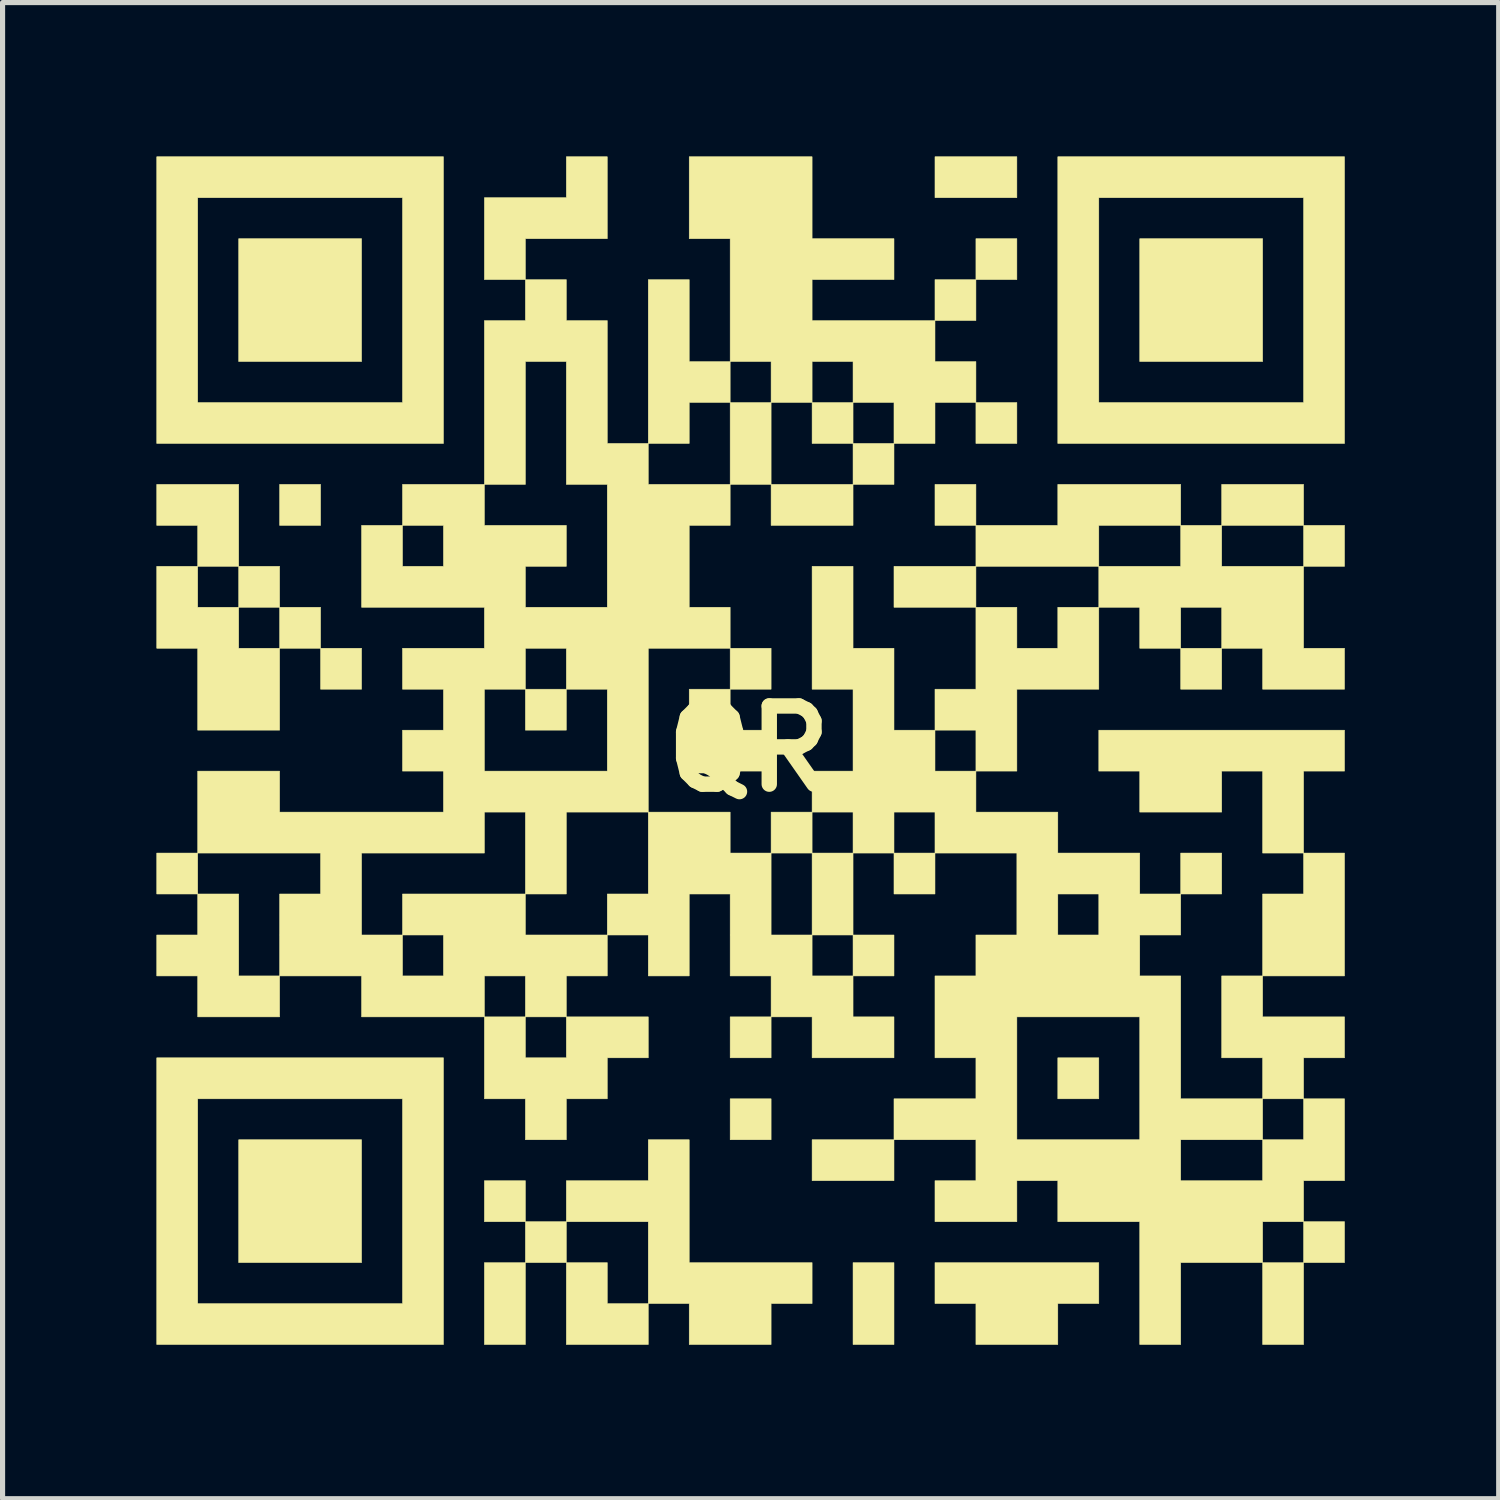
<source format=kicad_pcb>
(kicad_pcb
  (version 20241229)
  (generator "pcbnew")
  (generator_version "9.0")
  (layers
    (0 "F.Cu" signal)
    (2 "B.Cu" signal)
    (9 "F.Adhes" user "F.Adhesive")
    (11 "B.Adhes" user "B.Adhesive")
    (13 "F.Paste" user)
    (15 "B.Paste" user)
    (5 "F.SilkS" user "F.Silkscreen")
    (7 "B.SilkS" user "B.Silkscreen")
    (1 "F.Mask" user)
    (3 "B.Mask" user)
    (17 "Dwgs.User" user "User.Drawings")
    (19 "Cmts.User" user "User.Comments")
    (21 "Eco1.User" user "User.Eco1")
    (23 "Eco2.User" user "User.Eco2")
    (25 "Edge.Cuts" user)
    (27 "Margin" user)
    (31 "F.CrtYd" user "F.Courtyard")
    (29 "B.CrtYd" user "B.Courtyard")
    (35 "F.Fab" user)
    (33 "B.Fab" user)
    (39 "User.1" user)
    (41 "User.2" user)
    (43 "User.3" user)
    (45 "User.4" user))
  (footprint "QR"
    (layer "F.Cu")
    (at 11.544 11.544)
    (property "Reference" "QR" (at 0 0 0) (layer "F.SilkS") (effects (font (size 1.524 1.524) (thickness 0.3))))
    (attr through_hole)
    (fp_poly (pts (xy -9.942 -2.758) (xy -9.942 -3.556) (xy -9.144 -3.556) (xy -9.144 -2.758) (xy -9.942 -2.758)) (stroke (width 0.01) (type solid)) (fill yes) (layer "F.SilkS"))
    (fp_poly (pts (xy -8.346 -4.354) (xy -9.144 -4.354) (xy -9.144 -5.153) (xy -8.346 -5.153) (xy -8.346 -4.354)) (stroke (width 0.01) (type solid)) (fill yes) (layer "F.SilkS"))
    (fp_poly (pts (xy -8.346 -2.758) (xy -8.346 -1.959) (xy -9.144 -1.959) (xy -9.144 -2.758) (xy -8.346 -2.758)) (stroke (width 0.01) (type solid)) (fill yes) (layer "F.SilkS"))
    (fp_poly (pts (xy -7.547 -7.547) (xy -9.942 -7.547) (xy -9.942 -9.942) (xy -7.547 -9.942) (xy -7.547 -7.547)) (stroke (width 0.01) (type solid)) (fill yes) (layer "F.SilkS"))
    (fp_poly (pts (xy -7.547 -1.161) (xy -8.346 -1.161) (xy -8.346 -1.959) (xy -7.547 -1.959) (xy -7.547 -1.161)) (stroke (width 0.01) (type solid)) (fill yes) (layer "F.SilkS"))
    (fp_poly (pts (xy -7.547 10.015) (xy -9.942 10.015) (xy -9.942 7.62) (xy -7.547 7.62) (xy -7.547 10.015)) (stroke (width 0.01) (type solid)) (fill yes) (layer "F.SilkS"))
    (fp_poly (pts (xy -5.153 9.217) (xy -5.153 8.418) (xy -4.354 8.418) (xy -4.354 9.217) (xy -5.153 9.217)) (stroke (width 0.01) (type solid)) (fill yes) (layer "F.SilkS"))
    (fp_poly (pts (xy -4.354 9.217) (xy -3.556 9.217) (xy -3.556 10.015) (xy -4.354 10.015) (xy -4.354 9.217)) (stroke (width 0.01) (type solid)) (fill yes) (layer "F.SilkS"))
    (fp_poly (pts (xy -4.354 11.611) (xy -5.153 11.611) (xy -5.153 10.015) (xy -4.354 10.015) (xy -4.354 11.611)) (stroke (width 0.01) (type solid)) (fill yes) (layer "F.SilkS"))
    (fp_poly (pts (xy -3.556 -0.363) (xy -4.354 -0.363) (xy -4.354 -1.161) (xy -3.556 -1.161) (xy -3.556 -0.363)) (stroke (width 0.01) (type solid)) (fill yes) (layer "F.SilkS"))
    (fp_poly (pts (xy -0.363 -1.959) (xy 0.435 -1.959) (xy 0.435 -1.161) (xy -0.363 -1.161) (xy -0.363 -1.959)) (stroke (width 0.01) (type solid)) (fill yes) (layer "F.SilkS"))
    (fp_poly (pts (xy 0.435 6.023) (xy -0.363 6.023) (xy -0.363 5.225) (xy 0.435 5.225) (xy 0.435 6.023)) (stroke (width 0.01) (type solid)) (fill yes) (layer "F.SilkS"))
    (fp_poly (pts (xy 0.435 7.62) (xy -0.363 7.62) (xy -0.363 6.822) (xy 0.435 6.822) (xy 0.435 7.62)) (stroke (width 0.01) (type solid)) (fill yes) (layer "F.SilkS"))
    (fp_poly (pts (xy 2.032 -5.951) (xy 1.234 -5.951) (xy 1.234 -6.749) (xy 2.032 -6.749) (xy 2.032 -5.951)) (stroke (width 0.01) (type solid)) (fill yes) (layer "F.SilkS"))
    (fp_poly (pts (xy 2.83 8.418) (xy 1.234 8.418) (xy 1.234 7.62) (xy 2.83 7.62) (xy 2.83 8.418)) (stroke (width 0.01) (type solid)) (fill yes) (layer "F.SilkS"))
    (fp_poly (pts (xy 2.83 11.611) (xy 2.032 11.611) (xy 2.032 10.015) (xy 2.83 10.015) (xy 2.83 11.611)) (stroke (width 0.01) (type solid)) (fill yes) (layer "F.SilkS"))
    (fp_poly (pts (xy 3.629 -4.354) (xy 3.629 -5.153) (xy 4.427 -5.153) (xy 4.427 -4.354) (xy 3.629 -4.354)) (stroke (width 0.01) (type solid)) (fill yes) (layer "F.SilkS"))
    (fp_poly (pts (xy 4.427 -9.942) (xy 5.225 -9.942) (xy 5.225 -9.144) (xy 4.427 -9.144) (xy 4.427 -9.942)) (stroke (width 0.01) (type solid)) (fill yes) (layer "F.SilkS"))
    (fp_poly (pts (xy 4.427 -8.346) (xy 3.629 -8.346) (xy 3.629 -9.144) (xy 4.427 -9.144) (xy 4.427 -8.346)) (stroke (width 0.01) (type solid)) (fill yes) (layer "F.SilkS"))
    (fp_poly (pts (xy 5.225 -10.741) (xy 3.629 -10.741) (xy 3.629 -11.539) (xy 5.225 -11.539) (xy 5.225 -10.741)) (stroke (width 0.01) (type solid)) (fill yes) (layer "F.SilkS"))
    (fp_poly (pts (xy 5.225 -5.951) (xy 4.427 -5.951) (xy 4.427 -6.749) (xy 5.225 -6.749) (xy 5.225 -5.951)) (stroke (width 0.01) (type solid)) (fill yes) (layer "F.SilkS"))
    (fp_poly (pts (xy 6.822 6.822) (xy 6.023 6.822) (xy 6.023 6.023) (xy 6.822 6.023) (xy 6.822 6.822)) (stroke (width 0.01) (type solid)) (fill yes) (layer "F.SilkS"))
    (fp_poly (pts (xy 8.418 2.032) (xy 9.217 2.032) (xy 9.217 2.83) (xy 8.418 2.83) (xy 8.418 2.032)) (stroke (width 0.01) (type solid)) (fill yes) (layer "F.SilkS"))
    (fp_poly (pts (xy 9.217 -5.153) (xy 10.813 -5.153) (xy 10.813 -4.354) (xy 9.217 -4.354) (xy 9.217 -5.153)) (stroke (width 0.01) (type solid)) (fill yes) (layer "F.SilkS"))
    (fp_poly (pts (xy 10.015 -7.547) (xy 7.62 -7.547) (xy 7.62 -9.942) (xy 10.015 -9.942) (xy 10.015 -7.547)) (stroke (width 0.01) (type solid)) (fill yes) (layer "F.SilkS"))
    (fp_poly (pts (xy 10.813 -4.354) (xy 11.611 -4.354) (xy 11.611 -3.556) (xy 10.813 -3.556) (xy 10.813 -4.354)) (stroke (width 0.01) (type solid)) (fill yes) (layer "F.SilkS"))
    (fp_poly (pts (xy 10.813 9.217) (xy 11.611 9.217) (xy 11.611 10.015) (xy 10.813 10.015) (xy 10.813 9.217)) (stroke (width 0.01) (type solid)) (fill yes) (layer "F.SilkS"))
    (fp_poly (pts (xy 10.813 11.611) (xy 10.015 11.611) (xy 10.015 10.015) (xy 10.813 10.015) (xy 10.813 11.611)) (stroke (width 0.01) (type solid)) (fill yes) (layer "F.SilkS"))
    (fp_poly (pts (xy -10.741 -4.354) (xy -11.539 -4.354) (xy -11.539 -5.153) (xy -9.942 -5.153) (xy -9.942 -3.556) (xy -10.741 -3.556) (xy -10.741 -4.354)) (stroke (width 0.01) (type solid)) (fill yes) (layer "F.SilkS"))
    (fp_poly (pts (xy -1.959 11.611) (xy -3.556 11.611) (xy -3.556 10.015) (xy -2.758 10.015) (xy -2.758 10.813) (xy -1.959 10.813) (xy -1.959 11.611)) (stroke (width 0.01) (type solid)) (fill yes) (layer "F.SilkS"))
    (fp_poly (pts (xy -0.363 -0.363) (xy 0.435 -0.363) (xy 0.435 0.435) (xy -1.161 0.435) (xy -1.161 -1.161) (xy -0.363 -1.161) (xy -0.363 -0.363)) (stroke (width 0.01) (type solid)) (fill yes) (layer "F.SilkS"))
    (fp_poly (pts (xy 11.611 2.032) (xy 11.611 4.427) (xy 10.015 4.427) (xy 10.015 2.83) (xy 10.813 2.83) (xy 10.813 2.032) (xy 11.611 2.032)) (stroke (width 0.01) (type solid)) (fill yes) (layer "F.SilkS"))
    (fp_poly (pts (xy -5.153 -9.144) (xy -5.153 -10.741) (xy -3.556 -10.741) (xy -3.556 -11.539) (xy -2.758 -11.539) (xy -2.758 -9.942) (xy -4.354 -9.942) (xy -4.354 -9.144) (xy -5.153 -9.144)) (stroke (width 0.01) (type solid)) (fill yes) (layer "F.SilkS"))
    (fp_poly (pts (xy 6.822 10.813) (xy 6.023 10.813) (xy 6.023 11.611) (xy 4.427 11.611) (xy 4.427 10.813) (xy 3.629 10.813) (xy 3.629 10.015) (xy 6.822 10.015) (xy 6.822 10.813)) (stroke (width 0.01) (type solid)) (fill yes) (layer "F.SilkS"))
    (fp_poly (pts (xy -9.144 -0.363) (xy -10.741 -0.363) (xy -10.741 -1.959) (xy -11.539 -1.959) (xy -11.539 -3.556) (xy -10.741 -3.556) (xy -10.741 -2.758) (xy -9.942 -2.758) (xy -9.942 -1.959) (xy -9.144 -1.959) (xy -9.144 -0.363)) (stroke (width 0.01) (type solid)) (fill yes) (layer "F.SilkS"))
    (fp_poly (pts (xy -5.951 -5.951) (xy -11.539 -5.951) (xy -11.539 -10.741) (xy -10.741 -10.741) (xy -10.741 -6.749) (xy -6.749 -6.749) (xy -6.749 -10.741) (xy -10.741 -10.741) (xy -11.539 -10.741) (xy -11.539 -11.539) (xy -5.951 -11.539) (xy -5.951 -5.951)) (stroke (width 0.01) (type solid)) (fill yes) (layer "F.SilkS"))
    (fp_poly (pts (xy -5.951 11.611) (xy -11.539 11.611) (xy -11.539 6.822) (xy -10.741 6.822) (xy -10.741 10.813) (xy -6.749 10.813) (xy -6.749 6.822) (xy -10.741 6.822) (xy -11.539 6.822) (xy -11.539 6.023) (xy -5.951 6.023) (xy -5.951 11.611)) (stroke (width 0.01) (type solid)) (fill yes) (layer "F.SilkS"))
    (fp_poly (pts (xy 11.611 -5.951) (xy 6.023 -5.951) (xy 6.023 -10.741) (xy 6.822 -10.741) (xy 6.822 -6.749) (xy 10.813 -6.749) (xy 10.813 -10.741) (xy 6.822 -10.741) (xy 6.023 -10.741) (xy 6.023 -11.539) (xy 11.611 -11.539) (xy 11.611 -5.951)) (stroke (width 0.01) (type solid)) (fill yes) (layer "F.SilkS"))
    (fp_poly (pts (xy 10.015 2.032) (xy 10.015 0.435) (xy 9.217 0.435) (xy 9.217 1.234) (xy 7.62 1.234) (xy 7.62 0.435) (xy 6.822 0.435) (xy 6.822 -0.363) (xy 11.611 -0.363) (xy 11.611 0.435) (xy 10.813 0.435) (xy 10.813 2.032) (xy 10.015 2.032)) (stroke (width 0.01) (type solid)) (fill yes) (layer "F.SilkS"))
    (fp_poly (pts (xy -1.959 9.217) (xy -3.556 9.217) (xy -3.556 8.418) (xy -1.959 8.418) (xy -1.959 7.62) (xy -1.161 7.62) (xy -1.161 10.015) (xy 1.234 10.015) (xy 1.234 10.813) (xy 0.435 10.813) (xy 0.435 11.611) (xy -1.161 11.611) (xy -1.161 10.813) (xy -1.959 10.813) (xy -1.959 9.217)) (stroke (width 0.01) (type solid)) (fill yes) (layer "F.SilkS"))
    (fp_poly (pts (xy 3.629 -7.547) (xy 4.427 -7.547) (xy 4.427 -6.749) (xy 3.629 -6.749) (xy 3.629 -5.951) (xy 2.83 -5.951) (xy 2.83 -5.153) (xy 2.032 -5.153) (xy 2.032 -4.354) (xy 0.435 -4.354) (xy 0.435 -5.153) (xy 2.032 -5.153) (xy 2.032 -5.951) (xy 2.83 -5.951) (xy 2.83 -6.749) (xy 2.032 -6.749) (xy 2.032 -7.547) (xy 1.234 -7.547) (xy 1.234 -6.749) (xy 0.435 -6.749) (xy 0.435 -5.153) (xy -0.363 -5.153) (xy -0.363 -4.354) (xy -1.161 -4.354) (xy -1.161 -2.758) (xy -0.363 -2.758) (xy -0.363 -1.959) (xy -1.959 -1.959) (xy -1.959 1.234) (xy -3.556 1.234) (xy -3.556 2.83) (xy -4.354 2.83) (xy -4.354 3.629) (xy -2.758 3.629) (xy -2.758 4.427) (xy -3.556 4.427) (xy -3.556 5.225) (xy -1.959 5.225) (xy -1.959 6.023) (xy -2.758 6.023) (xy -2.758 6.822) (xy -3.556 6.822) (xy -3.556 7.62) (xy -4.354 7.62) (xy -4.354 6.822) (xy -5.153 6.822) (xy -5.153 6.023) (xy -4.354 6.023) (xy -3.556 6.023) (xy -3.556 5.225) (xy -4.354 5.225) (xy -4.354 6.023) (xy -5.153 6.023) (xy -5.153 5.225) (xy -7.547 5.225) (xy -7.547 4.427) (xy -6.749 4.427) (xy -5.951 4.427) (xy -5.153 4.427) (xy -5.153 5.225) (xy -4.354 5.225) (xy -4.354 4.427) (xy -5.153 4.427) (xy -5.951 4.427) (xy -5.951 3.629) (xy -6.749 3.629) (xy -6.749 4.427) (xy -7.547 4.427) (xy -9.144 4.427) (xy -9.144 5.225) (xy -10.741 5.225) (xy -10.741 4.427) (xy -11.539 4.427) (xy -11.539 3.629) (xy -10.741 3.629) (xy -10.741 2.83) (xy -11.539 2.83) (xy -11.539 2.032) (xy -10.741 2.032) (xy -10.741 2.83) (xy -9.942 2.83) (xy -9.942 4.427) (xy -9.144 4.427) (xy -9.144 2.83) (xy -8.346 2.83) (xy -8.346 2.032) (xy -7.547 2.032) (xy -7.547 3.629) (xy -6.749 3.629) (xy -6.749 2.83) (xy -4.354 2.83) (xy -4.354 1.234) (xy -5.153 1.234) (xy -5.153 2.032) (xy -7.547 2.032) (xy -8.346 2.032) (xy -10.741 2.032) (xy -10.741 0.435) (xy -9.144 0.435) (xy -9.144 1.234) (xy -5.951 1.234) (xy -5.951 0.435) (xy -6.749 0.435) (xy -6.749 -0.363) (xy -5.951 -0.363) (xy -5.951 -1.161) (xy -5.153 -1.161) (xy -5.153 0.435) (xy -2.758 0.435) (xy -2.758 -1.161) (xy -3.556 -1.161) (xy -3.556 -1.959) (xy -4.354 -1.959) (xy -4.354 -1.161) (xy -5.153 -1.161) (xy -5.951 -1.161) (xy -6.749 -1.161) (xy -6.749 -1.959) (xy -5.153 -1.959) (xy -5.153 -2.758) (xy -7.547 -2.758) (xy -7.547 -4.354) (xy -6.749 -4.354) (xy -6.749 -3.556) (xy -5.951 -3.556) (xy -5.951 -4.354) (xy -6.749 -4.354) (xy -6.749 -5.153) (xy -5.153 -5.153) (xy -5.153 -4.354) (xy -3.556 -4.354) (xy -3.556 -3.556) (xy -4.354 -3.556) (xy -4.354 -2.758) (xy -2.758 -2.758) (xy -2.758 -5.153) (xy -3.556 -5.153) (xy -3.556 -7.547) (xy -4.354 -7.547) (xy -4.354 -5.153) (xy -5.153 -5.153) (xy -5.153 -8.346) (xy -4.354 -8.346) (xy -4.354 -9.144) (xy -3.556 -9.144) (xy -3.556 -8.346) (xy -2.758 -8.346) (xy -2.758 -5.951) (xy -1.959 -5.951) (xy -1.959 -5.153) (xy -0.363 -5.153) (xy -0.363 -6.749) (xy -1.161 -6.749) (xy -1.161 -5.951) (xy -1.959 -5.951) (xy -1.959 -9.144) (xy -1.161 -9.144) (xy -1.161 -7.547) (xy -0.363 -7.547) (xy -0.363 -6.749) (xy 0.435 -6.749) (xy 0.435 -7.547) (xy -0.363 -7.547) (xy -0.363 -9.942) (xy -1.161 -9.942) (xy -1.161 -11.539) (xy 1.234 -11.539) (xy 1.234 -9.942) (xy 2.83 -9.942) (xy 2.83 -9.144) (xy 1.234 -9.144) (xy 1.234 -8.346) (xy 3.629 -8.346) (xy 3.629 -7.547)) (stroke (width 0.01) (type solid)) (fill yes) (layer "F.SilkS"))
    (fp_poly (pts (xy 6.023 -4.354) (xy 6.822 -4.354) (xy 6.822 -3.556) (xy 8.418 -3.556) (xy 8.418 -4.354) (xy 6.822 -4.354) (xy 6.023 -4.354) (xy 6.023 -5.153) (xy 8.418 -5.153) (xy 8.418 -4.354) (xy 9.217 -4.354) (xy 9.217 -3.556) (xy 10.813 -3.556) (xy 10.813 -1.959) (xy 11.611 -1.959) (xy 11.611 -1.161) (xy 10.015 -1.161) (xy 10.015 -1.959) (xy 9.217 -1.959) (xy 9.217 -1.161) (xy 8.418 -1.161) (xy 8.418 -1.959) (xy 7.62 -1.959) (xy 7.62 -2.758) (xy 8.418 -2.758) (xy 8.418 -1.959) (xy 9.217 -1.959) (xy 9.217 -2.758) (xy 8.418 -2.758) (xy 7.62 -2.758) (xy 6.822 -2.758) (xy 6.822 -1.161) (xy 5.225 -1.161) (xy 5.225 0.435) (xy 4.427 0.435) (xy 4.427 1.234) (xy 6.023 1.234) (xy 6.023 2.032) (xy 7.62 2.032) (xy 7.62 2.83) (xy 8.418 2.83) (xy 8.418 3.629) (xy 7.62 3.629) (xy 7.62 4.427) (xy 8.418 4.427) (xy 8.418 6.822) (xy 10.015 6.822) (xy 10.015 7.62) (xy 10.813 7.62) (xy 10.813 6.822) (xy 10.015 6.822) (xy 10.015 6.023) (xy 9.217 6.023) (xy 9.217 4.427) (xy 10.015 4.427) (xy 10.015 5.225) (xy 11.611 5.225) (xy 11.611 6.023) (xy 10.813 6.023) (xy 10.813 6.822) (xy 11.611 6.822) (xy 11.611 8.418) (xy 10.813 8.418) (xy 10.813 9.217) (xy 10.015 9.217) (xy 10.015 10.015) (xy 8.418 10.015) (xy 8.418 11.611) (xy 7.62 11.611) (xy 7.62 9.217) (xy 6.023 9.217) (xy 6.023 8.418) (xy 5.225 8.418) (xy 5.225 9.217) (xy 3.629 9.217) (xy 3.629 8.418) (xy 4.427 8.418) (xy 4.427 7.62) (xy 2.83 7.62) (xy 2.83 6.822) (xy 4.427 6.822) (xy 4.427 6.023) (xy 3.629 6.023) (xy 3.629 5.225) (xy 5.225 5.225) (xy 5.225 7.62) (xy 7.62 7.62) (xy 8.418 7.62) (xy 8.418 8.418) (xy 10.015 8.418) (xy 10.015 7.62) (xy 8.418 7.62) (xy 7.62 7.62) (xy 7.62 5.225) (xy 5.225 5.225) (xy 3.629 5.225) (xy 3.629 4.427) (xy 4.427 4.427) (xy 4.427 3.629) (xy 5.225 3.629) (xy 5.225 2.83) (xy 6.023 2.83) (xy 6.023 3.629) (xy 6.822 3.629) (xy 6.822 2.83) (xy 6.023 2.83) (xy 5.225 2.83) (xy 5.225 2.032) (xy 3.629 2.032) (xy 3.629 2.83) (xy 2.83 2.83) (xy 2.83 2.032) (xy 2.032 2.032) (xy 2.032 3.629) (xy 2.83 3.629) (xy 2.83 4.427) (xy 2.032 4.427) (xy 2.032 5.225) (xy 2.83 5.225) (xy 2.83 6.023) (xy 1.234 6.023) (xy 1.234 5.225) (xy 0.435 5.225) (xy 0.435 4.427) (xy 1.234 4.427) (xy 2.032 4.427) (xy 2.032 3.629) (xy 1.234 3.629) (xy 1.234 4.427) (xy 0.435 4.427) (xy -0.363 4.427) (xy -0.363 2.83) (xy -1.161 2.83) (xy -1.161 4.427) (xy -1.959 4.427) (xy -1.959 3.629) (xy -2.758 3.629) (xy -2.758 2.83) (xy -1.959 2.83) (xy -1.959 1.234) (xy -0.363 1.234) (xy -0.363 2.032) (xy 0.435 2.032) (xy 0.435 3.629) (xy 1.234 3.629) (xy 1.234 2.032) (xy 0.435 2.032) (xy 0.435 1.234) (xy 1.234 1.234) (xy 1.234 2.032) (xy 2.032 2.032) (xy 2.032 1.234) (xy 2.83 1.234) (xy 2.83 2.032) (xy 3.629 2.032) (xy 3.629 1.234) (xy 2.83 1.234) (xy 2.032 1.234) (xy 1.234 1.234) (xy 1.234 0.435) (xy 2.032 0.435) (xy 2.032 -1.161) (xy 1.234 -1.161) (xy 1.234 -3.556) (xy 2.032 -3.556) (xy 2.032 -1.959) (xy 2.83 -1.959) (xy 2.83 -0.363) (xy 3.629 -0.363) (xy 3.629 0.435) (xy 4.427 0.435) (xy 4.427 -0.363) (xy 3.629 -0.363) (xy 3.629 -1.161) (xy 4.427 -1.161) (xy 4.427 -2.758) (xy 2.83 -2.758) (xy 2.83 -3.556) (xy 4.427 -3.556) (xy 4.427 -2.758) (xy 5.225 -2.758) (xy 5.225 -1.959) (xy 6.023 -1.959) (xy 6.023 -2.758) (xy 6.822 -2.758) (xy 6.822 -3.556) (xy 4.427 -3.556) (xy 4.427 -4.354) (xy 6.023 -4.354)) (stroke (width 0.01) (type solid)) (fill yes) (layer "F.SilkS")))
  (gr_rect
    (start -3 -3)
    (end 26.16 26.16)
    (stroke (width 0.1) (type default))
    (fill no)
    (layer "Edge.Cuts")))
</source>
